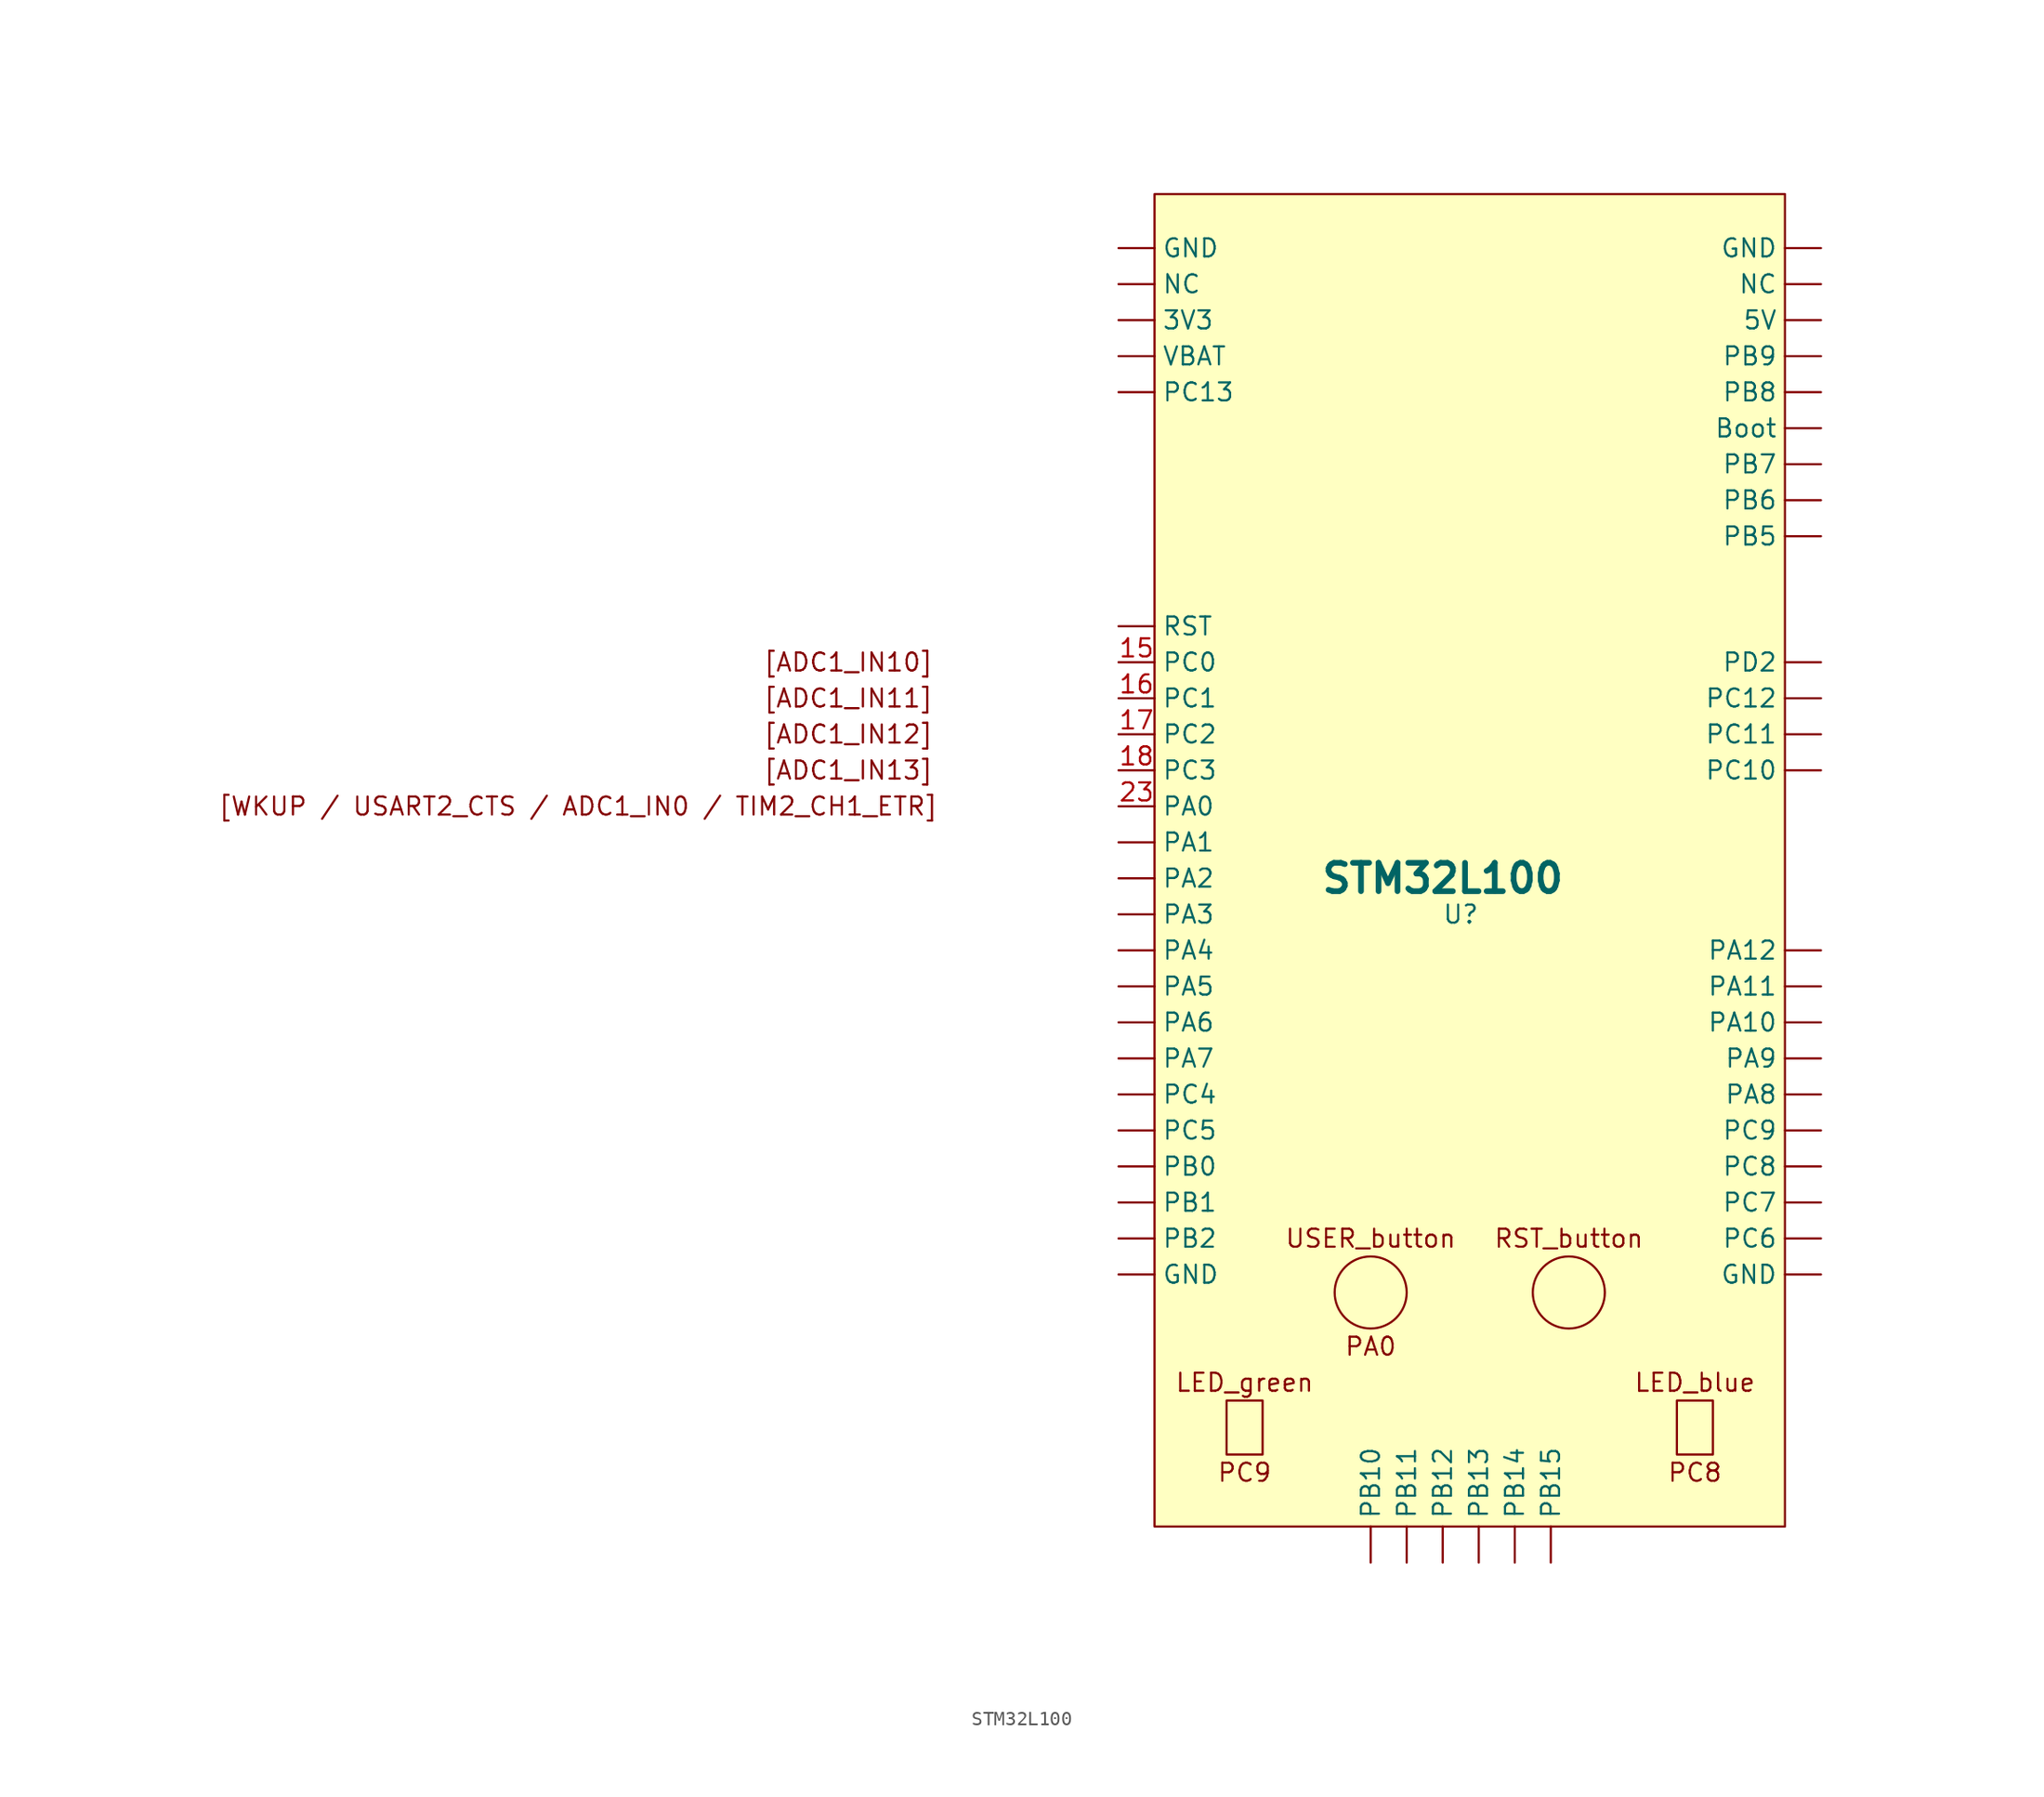
<source format=kicad_sym>
(kicad_symbol_lib
  (version 20211014)
  (generator kicad_symbol_editor)
  (symbol "STM32L100"
    (property "Reference" "U"
      (at 21.59 43.18 0)
      (effects (font (size 1.27 1.27))))
    (property "Value" "STM32L100"
      (at 20.32 45.72 0)
      (effects (font (size 2 2) bold)))
    (symbol "STM32L100_0_0"
      (rectangle (start 5.08 8.89) (end 7.62 5.08) (stroke (width 0) (type default) (color 0 0 0 0)) (fill (type none)))
      (circle (center 15.24 16.51) (radius 2.54) (stroke (width 0) (type default) (color 0 0 0 0)) (fill (type none)))
      (circle (center 29.21 16.51) (radius 2.54) (stroke (width 0) (type default) (color 0 0 0 0)) (fill (type none)))
      (rectangle (start 36.83 8.89) (end 39.37 5.08) (stroke (width 0) (type default) (color 0 0 0 0)) (fill (type none)))
      (text "[ADC1_IN10]" (at -21.59 60.96 0) (effects (font (size 1.27 1.27))))
      (text "[ADC1_IN11]" (at -21.59 58.42 0) (effects (font (size 1.27 1.27))))
      (text "[ADC1_IN12]" (at -21.59 55.88 0) (effects (font (size 1.27 1.27))))
      (text "[ADC1_IN13]" (at -21.59 53.34 0) (effects (font (size 1.27 1.27))))
      (text "[WKUP / USART2_CTS / ADC1_IN0 / TIM2_CH1_ETR]" (at -40.64 50.8 0) (effects (font (size 1.27 1.27))))
      (text "LED_blue" (at 38.1 10.16 0) (effects (font (size 1.27 1.27))))
      (text "LED_green" (at 6.35 10.16 0) (effects (font (size 1.27 1.27))))
      (text "PA0" (at 15.24 12.7 0) (effects (font (size 1.27 1.27))))
      (text "PC8" (at 38.1 3.81 0) (effects (font (size 1.27 1.27))))
      (text "PC9" (at 6.35 3.81 0) (effects (font (size 1.27 1.27))))
      (text "RST_button" (at 29.21 20.32 0) (effects (font (size 1.27 1.27))))
      (text "USER_button" (at 15.24 20.32 0) (effects (font (size 1.27 1.27)))))
    (symbol "STM32L100_0_1"
      (rectangle (start 0 93.98) (end 44.45 0) (stroke (width 0) (type default) (color 0 0 0 0)) (fill (type background))))
    (symbol "STM32L100_1_1"
      (pin power_out line (at -2.54 85.09 0) (length 2.54) (name "3V3" (effects (font (size 1.27 1.27)))) (number "" (effects (font (size 1.27 1.27)))))
      (pin power_out line (at 46.99 85.09 180) (length 2.54) (name "5V" (effects (font (size 1.27 1.27)))) (number "" (effects (font (size 1.27 1.27)))))
      (pin unspecified line (at 46.99 77.47 180) (length 2.54) (name "Boot" (effects (font (size 1.27 1.27)))) (number "" (effects (font (size 1.27 1.27)))))
      (pin power_out line (at -2.54 17.78 0) (length 2.54) (name "GND" (effects (font (size 1.27 1.27)))) (number "" (effects (font (size 1.27 1.27)))))
      (pin power_out line (at -2.54 90.17 0) (length 2.54) (name "GND" (effects (font (size 1.27 1.27)))) (number "" (effects (font (size 1.27 1.27)))))
      (pin power_out line (at 46.99 17.78 180) (length 2.54) (name "GND" (effects (font (size 1.27 1.27)))) (number "" (effects (font (size 1.27 1.27)))))
      (pin power_in line (at 46.99 90.17 180) (length 2.54) (name "GND" (effects (font (size 1.27 1.27)))) (number "" (effects (font (size 1.27 1.27)))))
      (pin unspecified line (at -2.54 87.63 0) (length 2.54) (name "NC" (effects (font (size 1.27 1.27)))) (number "" (effects (font (size 1.27 1.27)))))
      (pin unspecified line (at 46.99 87.63 180) (length 2.54) (name "NC" (effects (font (size 1.27 1.27)))) (number "" (effects (font (size 1.27 1.27)))))
      (pin bidirectional line (at -2.54 48.26 0) (length 2.54) (name "PA1" (effects (font (size 1.27 1.27)))) (number "" (effects (font (size 1.27 1.27)))))
      (pin bidirectional line (at 46.99 35.56 180) (length 2.54) (name "PA10" (effects (font (size 1.27 1.27)))) (number "" (effects (font (size 1.27 1.27)))))
      (pin bidirectional line (at 46.99 38.1 180) (length 2.54) (name "PA11" (effects (font (size 1.27 1.27)))) (number "" (effects (font (size 1.27 1.27)))))
      (pin bidirectional line (at 46.99 40.64 180) (length 2.54) (name "PA12" (effects (font (size 1.27 1.27)))) (number "" (effects (font (size 1.27 1.27)))))
      (pin bidirectional line (at -2.54 45.72 0) (length 2.54) (name "PA2" (effects (font (size 1.27 1.27)))) (number "" (effects (font (size 1.27 1.27)))))
      (pin bidirectional line (at -2.54 43.18 0) (length 2.54) (name "PA3" (effects (font (size 1.27 1.27)))) (number "" (effects (font (size 1.27 1.27)))))
      (pin bidirectional line (at -2.54 40.64 0) (length 2.54) (name "PA4" (effects (font (size 1.27 1.27)))) (number "" (effects (font (size 1.27 1.27)))))
      (pin bidirectional line (at -2.54 38.1 0) (length 2.54) (name "PA5" (effects (font (size 1.27 1.27)))) (number "" (effects (font (size 1.27 1.27)))))
      (pin bidirectional line (at -2.54 35.56 0) (length 2.54) (name "PA6" (effects (font (size 1.27 1.27)))) (number "" (effects (font (size 1.27 1.27)))))
      (pin bidirectional line (at -2.54 33.02 0) (length 2.54) (name "PA7" (effects (font (size 1.27 1.27)))) (number "" (effects (font (size 1.27 1.27)))))
      (pin bidirectional line (at 46.99 30.48 180) (length 2.54) (name "PA8" (effects (font (size 1.27 1.27)))) (number "" (effects (font (size 1.27 1.27)))))
      (pin bidirectional line (at 46.99 33.02 180) (length 2.54) (name "PA9" (effects (font (size 1.27 1.27)))) (number "" (effects (font (size 1.27 1.27)))))
      (pin bidirectional line (at -2.54 25.4 0) (length 2.54) (name "PB0" (effects (font (size 1.27 1.27)))) (number "" (effects (font (size 1.27 1.27)))))
      (pin bidirectional line (at -2.54 22.86 0) (length 2.54) (name "PB1" (effects (font (size 1.27 1.27)))) (number "" (effects (font (size 1.27 1.27)))))
      (pin bidirectional line (at 15.24 -2.54 90) (length 2.54) (name "PB10" (effects (font (size 1.27 1.27)))) (number "" (effects (font (size 1.27 1.27)))))
      (pin bidirectional line (at 17.78 -2.54 90) (length 2.54) (name "PB11" (effects (font (size 1.27 1.27)))) (number "" (effects (font (size 1.27 1.27)))))
      (pin bidirectional line (at 20.32 -2.54 90) (length 2.54) (name "PB12" (effects (font (size 1.27 1.27)))) (number "" (effects (font (size 1.27 1.27)))))
      (pin bidirectional line (at 22.86 -2.54 90) (length 2.54) (name "PB13" (effects (font (size 1.27 1.27)))) (number "" (effects (font (size 1.27 1.27)))))
      (pin bidirectional line (at 25.4 -2.54 90) (length 2.54) (name "PB14" (effects (font (size 1.27 1.27)))) (number "" (effects (font (size 1.27 1.27)))))
      (pin bidirectional line (at 27.94 -2.54 90) (length 2.54) (name "PB15" (effects (font (size 1.27 1.27)))) (number "" (effects (font (size 1.27 1.27)))))
      (pin bidirectional line (at -2.54 20.32 0) (length 2.54) (name "PB2" (effects (font (size 1.27 1.27)))) (number "" (effects (font (size 1.27 1.27)))))
      (pin bidirectional line (at 46.99 69.85 180) (length 2.54) (name "PB5" (effects (font (size 1.27 1.27)))) (number "" (effects (font (size 1.27 1.27)))))
      (pin bidirectional line (at 46.99 72.39 180) (length 2.54) (name "PB6" (effects (font (size 1.27 1.27)))) (number "" (effects (font (size 1.27 1.27)))))
      (pin bidirectional line (at 46.99 74.93 180) (length 2.54) (name "PB7" (effects (font (size 1.27 1.27)))) (number "" (effects (font (size 1.27 1.27)))))
      (pin bidirectional line (at 46.99 80.01 180) (length 2.54) (name "PB8" (effects (font (size 1.27 1.27)))) (number "" (effects (font (size 1.27 1.27)))))
      (pin bidirectional line (at 46.99 82.55 180) (length 2.54) (name "PB9" (effects (font (size 1.27 1.27)))) (number "" (effects (font (size 1.27 1.27)))))
      (pin bidirectional line (at 46.99 53.34 180) (length 2.54) (name "PC10" (effects (font (size 1.27 1.27)))) (number "" (effects (font (size 1.27 1.27)))))
      (pin bidirectional line (at 46.99 55.88 180) (length 2.54) (name "PC11" (effects (font (size 1.27 1.27)))) (number "" (effects (font (size 1.27 1.27)))))
      (pin bidirectional line (at 46.99 58.42 180) (length 2.54) (name "PC12" (effects (font (size 1.27 1.27)))) (number "" (effects (font (size 1.27 1.27)))))
      (pin bidirectional line (at -2.54 80.01 0) (length 2.54) (name "PC13" (effects (font (size 1.27 1.27)))) (number "" (effects (font (size 1.27 1.27)))))
      (pin bidirectional line (at -2.54 30.48 0) (length 2.54) (name "PC4" (effects (font (size 1.27 1.27)))) (number "" (effects (font (size 1.27 1.27)))))
      (pin bidirectional line (at -2.54 27.94 0) (length 2.54) (name "PC5" (effects (font (size 1.27 1.27)))) (number "" (effects (font (size 1.27 1.27)))))
      (pin bidirectional line (at 46.99 20.32 180) (length 2.54) (name "PC6" (effects (font (size 1.27 1.27)))) (number "" (effects (font (size 1.27 1.27)))))
      (pin bidirectional line (at 46.99 22.86 180) (length 2.54) (name "PC7" (effects (font (size 1.27 1.27)))) (number "" (effects (font (size 1.27 1.27)))))
      (pin bidirectional line (at 46.99 25.4 180) (length 2.54) (name "PC8" (effects (font (size 1.27 1.27)))) (number "" (effects (font (size 1.27 1.27)))))
      (pin bidirectional line (at 46.99 27.94 180) (length 2.54) (name "PC9" (effects (font (size 1.27 1.27)))) (number "" (effects (font (size 1.27 1.27)))))
      (pin bidirectional line (at 46.99 60.96 180) (length 2.54) (name "PD2" (effects (font (size 1.27 1.27)))) (number "" (effects (font (size 1.27 1.27)))))
      (pin bidirectional line (at -2.54 63.5 0) (length 2.54) (name "RST" (effects (font (size 1.27 1.27)))) (number "" (effects (font (size 1.27 1.27)))))
      (pin unspecified line (at -2.54 82.55 0) (length 2.54) (name "VBAT" (effects (font (size 1.27 1.27)))) (number "" (effects (font (size 1.27 1.27)))))
      (pin bidirectional line (at -2.54 60.96 0) (length 2.54) (name "PC0" (effects (font (size 1.27 1.27)))) (number "15" (effects (font (size 1.27 1.27)))))
      (pin bidirectional line (at -2.54 58.42 0) (length 2.54) (name "PC1" (effects (font (size 1.27 1.27)))) (number "16" (effects (font (size 1.27 1.27)))))
      (pin bidirectional line (at -2.54 55.88 0) (length 2.54) (name "PC2" (effects (font (size 1.27 1.27)))) (number "17" (effects (font (size 1.27 1.27)))))
      (pin bidirectional line (at -2.54 53.34 0) (length 2.54) (name "PC3" (effects (font (size 1.27 1.27)))) (number "18" (effects (font (size 1.27 1.27)))))
      (pin bidirectional line (at -2.54 50.8 0) (length 2.54) (name "PA0" (effects (font (size 1.27 1.27)))) (number "23" (effects (font (size 1.27 1.27))))))))
</source>
